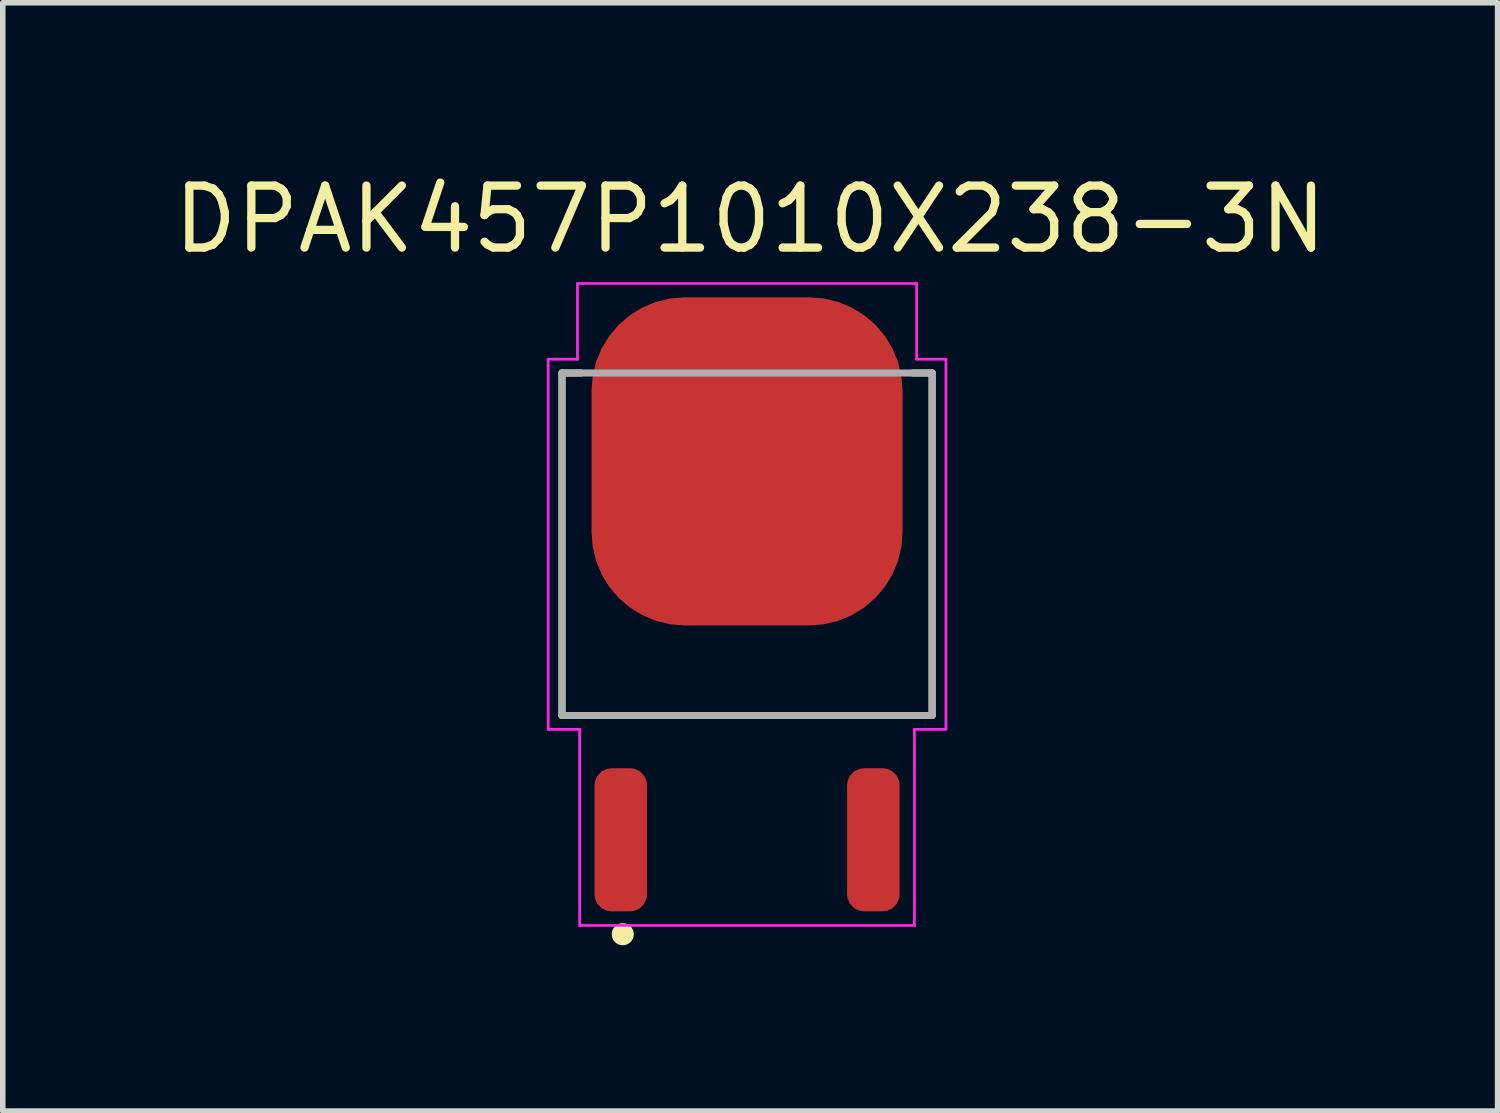
<source format=kicad_pcb>
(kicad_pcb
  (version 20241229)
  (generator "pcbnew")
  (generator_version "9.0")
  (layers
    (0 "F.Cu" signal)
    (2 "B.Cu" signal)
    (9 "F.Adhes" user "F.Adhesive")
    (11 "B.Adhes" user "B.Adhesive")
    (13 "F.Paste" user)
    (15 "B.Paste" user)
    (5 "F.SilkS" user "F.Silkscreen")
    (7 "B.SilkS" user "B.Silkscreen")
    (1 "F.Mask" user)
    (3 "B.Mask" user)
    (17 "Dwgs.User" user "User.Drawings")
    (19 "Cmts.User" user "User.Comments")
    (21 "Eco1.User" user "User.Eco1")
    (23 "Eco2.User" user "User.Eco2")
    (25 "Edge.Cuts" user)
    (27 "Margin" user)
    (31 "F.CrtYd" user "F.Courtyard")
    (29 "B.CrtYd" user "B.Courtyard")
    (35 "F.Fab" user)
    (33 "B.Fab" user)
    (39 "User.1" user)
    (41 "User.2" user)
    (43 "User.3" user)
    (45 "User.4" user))
  (footprint "DPAK457P1010X238-3N"
    (layer "F.Cu")
    (at 10.473 7.892)
    (property "Reference" "DPAK457P1010X238-3N" (at 0.056 -6.972 0) (layer "F.SilkS") (effects (font (size 1.122 1.122) (thickness 0.15))))
    (attr through_hole)
    (fp_line (start -3.35 -4.19) (end -3 -4.19) (stroke (width 0.127) (type solid)) (layer "F.SilkS"))
    (fp_line (start -3.35 2.01) (end -3.35 -4.19) (stroke (width 0.127) (type solid)) (layer "F.SilkS"))
    (fp_line (start 3 -4.19) (end 3.35 -4.19) (stroke (width 0.127) (type solid)) (layer "F.SilkS"))
    (fp_line (start 3.35 -4.19) (end 3.35 2.01) (stroke (width 0.127) (type solid)) (layer "F.SilkS"))
    (fp_line (start 3.35 2.01) (end -3.35 2.01) (stroke (width 0.127) (type solid)) (layer "F.SilkS"))
    (fp_circle (center -2.25 5.969) (end -2.15 5.969) (stroke (width 0.2) (type solid)) (fill no) (layer "F.SilkS"))
    (fp_line (start -3.6 -4.44) (end -3.07 -4.44) (stroke (width 0.05) (type solid)) (layer "F.CrtYd"))
    (fp_line (start -3.6 2.26) (end -3.6 -4.44) (stroke (width 0.05) (type solid)) (layer "F.CrtYd"))
    (fp_line (start -3.07 -5.81) (end 3.07 -5.81) (stroke (width 0.05) (type solid)) (layer "F.CrtYd"))
    (fp_line (start -3.07 -4.44) (end -3.07 -5.81) (stroke (width 0.05) (type solid)) (layer "F.CrtYd"))
    (fp_line (start -3.03 2.26) (end -3.6 2.26) (stroke (width 0.05) (type solid)) (layer "F.CrtYd"))
    (fp_line (start -3.03 5.81) (end -3.03 2.26) (stroke (width 0.05) (type solid)) (layer "F.CrtYd"))
    (fp_line (start 3.03 2.26) (end 3.03 5.81) (stroke (width 0.05) (type solid)) (layer "F.CrtYd"))
    (fp_line (start 3.03 5.81) (end -3.03 5.81) (stroke (width 0.05) (type solid)) (layer "F.CrtYd"))
    (fp_line (start 3.07 -5.81) (end 3.07 -4.44) (stroke (width 0.05) (type solid)) (layer "F.CrtYd"))
    (fp_line (start 3.07 -4.44) (end 3.6 -4.44) (stroke (width 0.05) (type solid)) (layer "F.CrtYd"))
    (fp_line (start 3.6 -4.44) (end 3.6 2.26) (stroke (width 0.05) (type solid)) (layer "F.CrtYd"))
    (fp_line (start 3.6 2.26) (end 3.03 2.26) (stroke (width 0.05) (type solid)) (layer "F.CrtYd"))
    (fp_line (start -3.35 -4.19) (end 3.35 -4.19) (stroke (width 0.127) (type solid)) (layer "F.Fab"))
    (fp_line (start -3.35 2.01) (end -3.35 -4.19) (stroke (width 0.127) (type solid)) (layer "F.Fab"))
    (fp_line (start 3.35 -4.19) (end 3.35 2.01) (stroke (width 0.127) (type solid)) (layer "F.Fab"))
    (fp_line (start 3.35 2.01) (end -3.35 2.01) (stroke (width 0.127) (type solid)) (layer "F.Fab"))
    (pad "1" smd roundrect (at -2.286 4.26) (size 0.95 2.59) (layers "F.Cu" "F.Mask" "F.Paste") (roundrect_rratio 0.32))
    (pad "2" smd roundrect (at 0 -2.59) (size 5.63 5.94) (layers "F.Cu" "F.Mask" "F.Paste") (roundrect_rratio 0.3))
    (pad "3" smd roundrect (at 2.286 4.26) (size 0.95 2.59) (layers "F.Cu" "F.Mask" "F.Paste") (roundrect_rratio 0.32)))
  (gr_rect
    (start -3 -3)
    (end 24.059 17.061)
    (stroke (width 0.1) (type default))
    (fill no)
    (layer "Edge.Cuts")))
</source>
